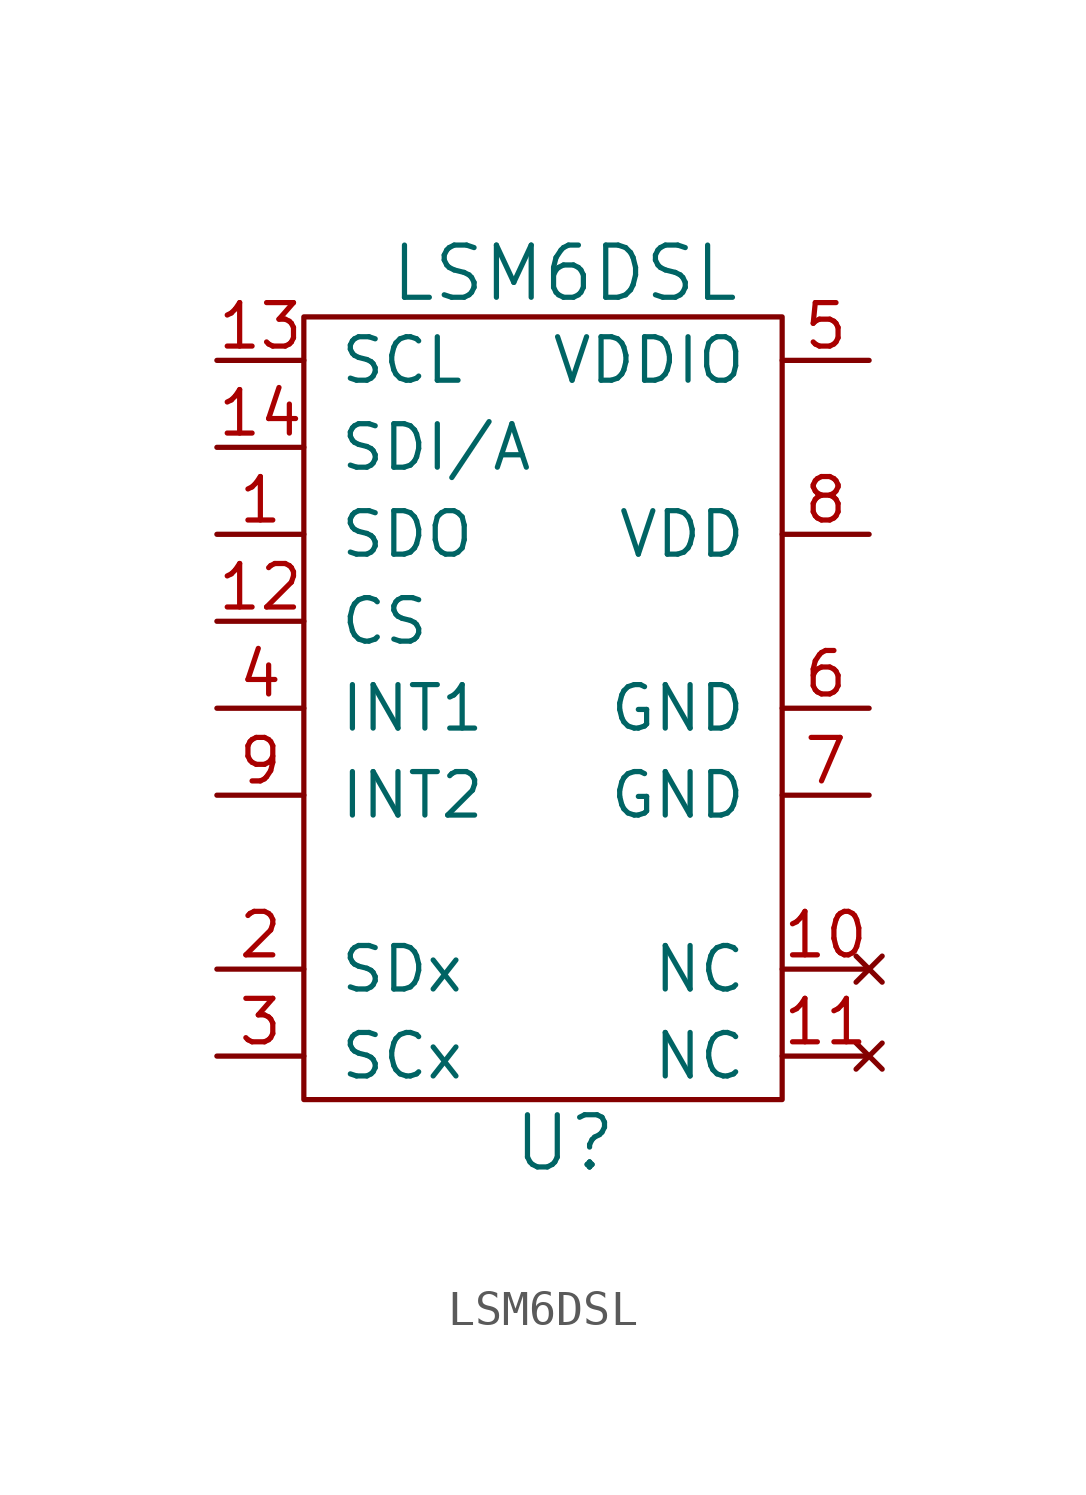
<source format=kicad_sym>
(kicad_symbol_lib
  (version 20211014)
  (generator kicad_symbol_editor)
  (symbol "LSM6DSL"
    (pin_names
      (offset 1.016))
    (property "Reference" "U"
      (at 0 -12.7 0)
      (effects (font (size 1.524 1.524))))
    (property "Value" "LSM6DSL"
      (at 0 12.7 0)
      (effects (font (size 1.524 1.524))))
    (symbol "LSM6DSL_0_1"
      (rectangle (start -7.62 11.43) (end 6.35 -11.43) (stroke (width 0) (type default) (color 0 0 0 0)) (fill (type none))))
    (symbol "LSM6DSL_1_1"
      (pin bidirectional line (at -10.16 5.08 0) (length 2.54) (name "SDO" (effects (font (size 1.27 1.27)))) (number "1" (effects (font (size 1.27 1.27)))))
      (pin no_connect line (at 8.89 -7.62 180) (length 2.54) (name "NC" (effects (font (size 1.27 1.27)))) (number "10" (effects (font (size 1.27 1.27)))))
      (pin no_connect line (at 8.89 -10.16 180) (length 2.54) (name "NC" (effects (font (size 1.27 1.27)))) (number "11" (effects (font (size 1.27 1.27)))))
      (pin bidirectional line (at -10.16 2.54 0) (length 2.54) (name "CS" (effects (font (size 1.27 1.27)))) (number "12" (effects (font (size 1.27 1.27)))))
      (pin input line (at -10.16 10.16 0) (length 2.54) (name "SCL" (effects (font (size 1.27 1.27)))) (number "13" (effects (font (size 1.27 1.27)))))
      (pin bidirectional line (at -10.16 7.62 0) (length 2.54) (name "SDI/A" (effects (font (size 1.27 1.27)))) (number "14" (effects (font (size 1.27 1.27)))))
      (pin bidirectional line (at -10.16 -7.62 0) (length 2.54) (name "SDx" (effects (font (size 1.27 1.27)))) (number "2" (effects (font (size 1.27 1.27)))))
      (pin bidirectional line (at -10.16 -10.16 0) (length 2.54) (name "SCx" (effects (font (size 1.27 1.27)))) (number "3" (effects (font (size 1.27 1.27)))))
      (pin bidirectional line (at -10.16 0 0) (length 2.54) (name "INT1" (effects (font (size 1.27 1.27)))) (number "4" (effects (font (size 1.27 1.27)))))
      (pin power_in line (at 8.89 10.16 180) (length 2.54) (name "VDDIO" (effects (font (size 1.27 1.27)))) (number "5" (effects (font (size 1.27 1.27)))))
      (pin power_in line (at 8.89 0 180) (length 2.54) (name "GND" (effects (font (size 1.27 1.27)))) (number "6" (effects (font (size 1.27 1.27)))))
      (pin power_in line (at 8.89 -2.54 180) (length 2.54) (name "GND" (effects (font (size 1.27 1.27)))) (number "7" (effects (font (size 1.27 1.27)))))
      (pin power_in line (at 8.89 5.08 180) (length 2.54) (name "VDD" (effects (font (size 1.27 1.27)))) (number "8" (effects (font (size 1.27 1.27)))))
      (pin bidirectional line (at -10.16 -2.54 0) (length 2.54) (name "INT2" (effects (font (size 1.27 1.27)))) (number "9" (effects (font (size 1.27 1.27))))))))
</source>
